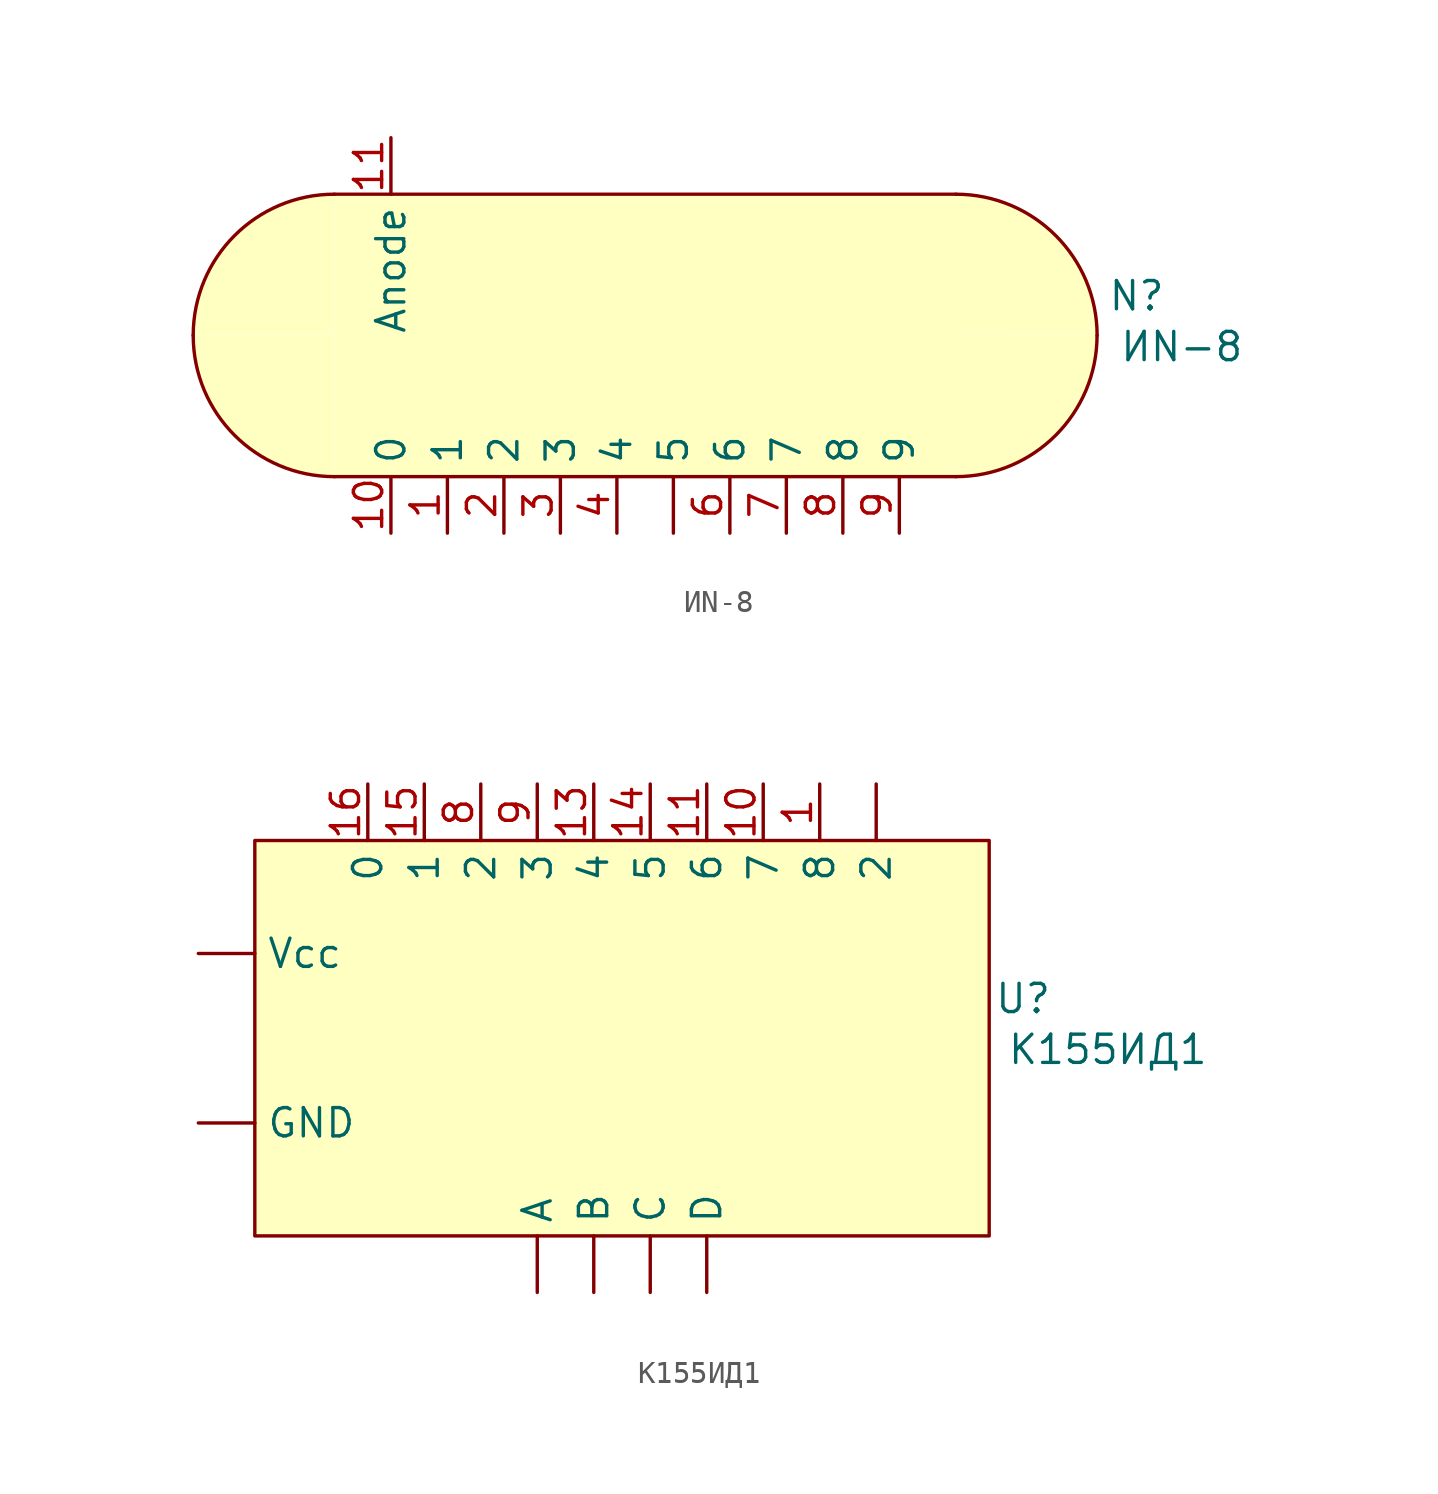
<source format=kicad_sym>
(kicad_symbol_lib
  (version 20231120)
  (generator "kicad_symbol_editor")
  (generator_version "8.0")
  (symbol "ИN-8"
    (property "Reference" "N"
      (at 22.098 1.778 0)
      (effects (font (size 1.27 1.27))))
    (property "Value" "ИN-8"
      (at 24.13 -0.508 0)
      (effects (font (size 1.27 1.27))))
    (symbol "ИN-8_1_1"
      (arc (start -20.32 0) (mid -18.4601 -4.4901) (end -13.97 -6.35) (stroke (width 0) (type default)) (fill (type background)))
      (arc (start -13.97 6.35) (mid -18.4601 4.4901) (end -20.32 0) (stroke (width 0) (type default)) (fill (type background)))
      (rectangle (start -13.97 6.35) (end 13.97 -6.35) (stroke (width -0.0001) (type default)) (fill (type background)))
      (polyline (pts (xy -13.97 -6.35) (xy 13.97 -6.35)) (stroke (width 0) (type default)) (fill (type none)))
      (polyline (pts (xy -13.97 6.35) (xy 13.97 6.35)) (stroke (width 0) (type default)) (fill (type none)))
      (arc (start 13.97 -6.35) (mid 18.4601 -4.4901) (end 20.32 0) (stroke (width 0) (type default)) (fill (type background)))
      (arc (start 20.32 0) (mid 18.4601 4.4901) (end 13.97 6.35) (stroke (width 0) (type default)) (fill (type background)))
      (pin input line (at 1.27 -8.89 90) (length 2.54) (name "5" (effects (font (size 1.27 1.27)))) (number "" (effects (font (size 1.27 1.27)))))
      (pin input line (at -8.89 -8.89 90) (length 2.54) (name "1" (effects (font (size 1.27 1.27)))) (number "1" (effects (font (size 1.27 1.27)))))
      (pin input line (at -11.43 -8.89 90) (length 2.54) (name "0" (effects (font (size 1.27 1.27)))) (number "10" (effects (font (size 1.27 1.27)))))
      (pin output line (at -11.43 8.89 270) (length 2.54) (name "Anode" (effects (font (size 1.27 1.27)))) (number "11" (effects (font (size 1.27 1.27)))))
      (pin input line (at -6.35 -8.89 90) (length 2.54) (name "2" (effects (font (size 1.27 1.27)))) (number "2" (effects (font (size 1.27 1.27)))))
      (pin input line (at -3.81 -8.89 90) (length 2.54) (name "3" (effects (font (size 1.27 1.27)))) (number "3" (effects (font (size 1.27 1.27)))))
      (pin input line (at -1.27 -8.89 90) (length 2.54) (name "4" (effects (font (size 1.27 1.27)))) (number "4" (effects (font (size 1.27 1.27)))))
      (pin input line (at 3.81 -8.89 90) (length 2.54) (name "6" (effects (font (size 1.27 1.27)))) (number "6" (effects (font (size 1.27 1.27)))))
      (pin input line (at 6.35 -8.89 90) (length 2.54) (name "7" (effects (font (size 1.27 1.27)))) (number "7" (effects (font (size 1.27 1.27)))))
      (pin input line (at 8.89 -8.89 90) (length 2.54) (name "8" (effects (font (size 1.27 1.27)))) (number "8" (effects (font (size 1.27 1.27)))))
      (pin input line (at 11.43 -8.89 90) (length 2.54) (name "9" (effects (font (size 1.27 1.27)))) (number "9" (effects (font (size 1.27 1.27)))))))
  (symbol "К155ИД1"
    (property "Reference" "U"
      (at 18.034 1.778 0)
      (effects (font (size 1.27 1.27))))
    (property "Value" "К155ИД1"
      (at 21.844 -0.508 0)
      (effects (font (size 1.27 1.27))))
    (symbol "К155ИД1_1_1"
      (rectangle (start -16.51 8.89) (end 16.51 -8.89) (stroke (width 0) (type default)) (fill (type background)))
      (pin output line (at 11.43 11.43 270) (length 2.54) (name "2" (effects (font (size 1.27 1.27)))) (number "" (effects (font (size 1.27 1.27)))))
      (pin input line (at -3.81 -11.43 90) (length 2.54) (name "A" (effects (font (size 1.27 1.27)))) (number "" (effects (font (size 1.27 1.27)))))
      (pin input line (at -1.27 -11.43 90) (length 2.54) (name "B" (effects (font (size 1.27 1.27)))) (number "" (effects (font (size 1.27 1.27)))))
      (pin input line (at 1.27 -11.43 90) (length 2.54) (name "C" (effects (font (size 1.27 1.27)))) (number "" (effects (font (size 1.27 1.27)))))
      (pin input line (at 3.81 -11.43 90) (length 2.54) (name "D" (effects (font (size 1.27 1.27)))) (number "" (effects (font (size 1.27 1.27)))))
      (pin power_out line (at -19.05 -3.81 0) (length 2.54) (name "GND" (effects (font (size 1.27 1.27)))) (number "" (effects (font (size 1.27 1.27)))))
      (pin power_in line (at -19.05 3.81 0) (length 2.54) (name "Vcc" (effects (font (size 1.27 1.27)))) (number "" (effects (font (size 1.27 1.27)))))
      (pin output line (at 8.89 11.43 270) (length 2.54) (name "8" (effects (font (size 1.27 1.27)))) (number "1" (effects (font (size 1.27 1.27)))))
      (pin output line (at 6.35 11.43 270) (length 2.54) (name "7" (effects (font (size 1.27 1.27)))) (number "10" (effects (font (size 1.27 1.27)))))
      (pin output line (at 3.81 11.43 270) (length 2.54) (name "6" (effects (font (size 1.27 1.27)))) (number "11" (effects (font (size 1.27 1.27)))))
      (pin output line (at -1.27 11.43 270) (length 2.54) (name "4" (effects (font (size 1.27 1.27)))) (number "13" (effects (font (size 1.27 1.27)))))
      (pin output line (at 1.27 11.43 270) (length 2.54) (name "5" (effects (font (size 1.27 1.27)))) (number "14" (effects (font (size 1.27 1.27)))))
      (pin output line (at -8.89 11.43 270) (length 2.54) (name "1" (effects (font (size 1.27 1.27)))) (number "15" (effects (font (size 1.27 1.27)))))
      (pin output line (at -11.43 11.43 270) (length 2.54) (name "0" (effects (font (size 1.27 1.27)))) (number "16" (effects (font (size 1.27 1.27)))))
      (pin output line (at -6.35 11.43 270) (length 2.54) (name "2" (effects (font (size 1.27 1.27)))) (number "8" (effects (font (size 1.27 1.27)))))
      (pin output line (at -3.81 11.43 270) (length 2.54) (name "3" (effects (font (size 1.27 1.27)))) (number "9" (effects (font (size 1.27 1.27))))))))
</source>
